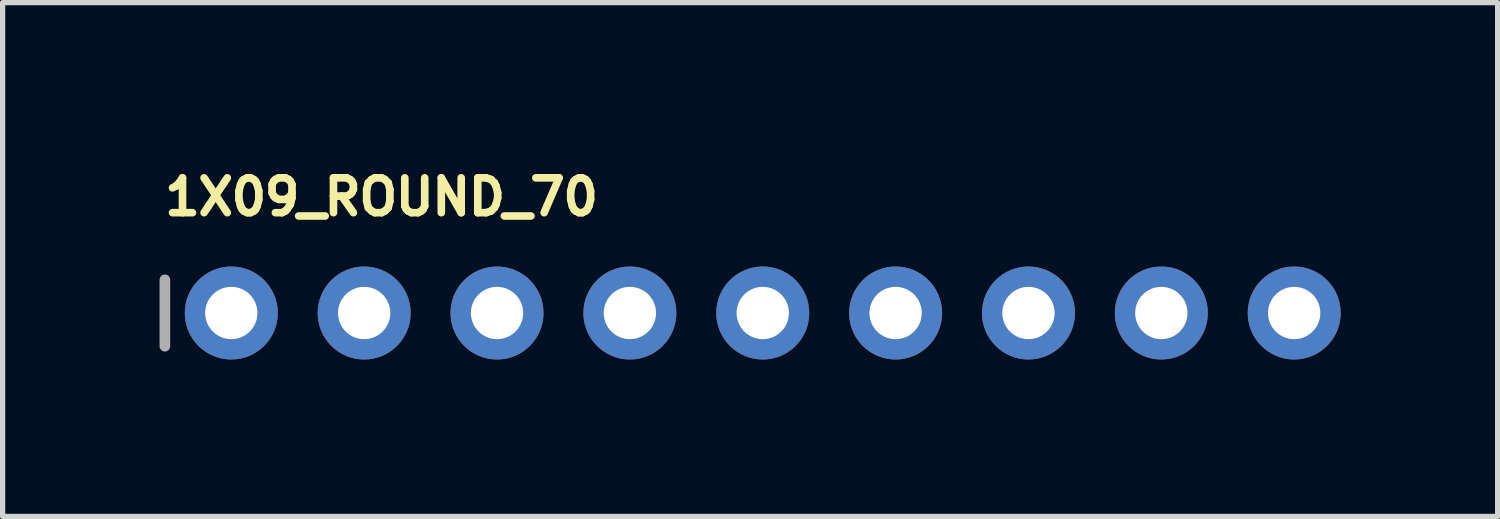
<source format=kicad_pcb>
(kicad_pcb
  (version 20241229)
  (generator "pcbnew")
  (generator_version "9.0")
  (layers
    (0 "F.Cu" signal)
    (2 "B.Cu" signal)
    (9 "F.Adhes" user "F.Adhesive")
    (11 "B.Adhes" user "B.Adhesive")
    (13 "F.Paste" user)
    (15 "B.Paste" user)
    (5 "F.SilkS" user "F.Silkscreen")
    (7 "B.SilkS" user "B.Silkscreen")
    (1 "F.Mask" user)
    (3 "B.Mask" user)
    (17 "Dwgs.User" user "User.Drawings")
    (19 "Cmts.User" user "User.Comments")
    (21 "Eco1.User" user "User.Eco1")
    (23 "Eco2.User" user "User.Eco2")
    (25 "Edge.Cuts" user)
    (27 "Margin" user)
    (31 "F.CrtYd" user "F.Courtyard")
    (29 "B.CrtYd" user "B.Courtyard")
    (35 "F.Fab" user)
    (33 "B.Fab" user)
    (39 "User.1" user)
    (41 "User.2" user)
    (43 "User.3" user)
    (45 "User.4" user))
  (footprint "1X09_ROUND_70"
    (layer "F.Cu")
    (at 11.532 2.934)
    (property "Reference" "1X09_ROUND_70" (at -11.506 -1.829 0) (layer "F.SilkS") (effects (font (size 0.666 0.666) (thickness 0.146)) (justify left bottom)))
    (fp_line (start -11.43 -0.635) (end -11.43 0.635) (stroke (width 0.203) (type solid)) (layer "F.Fab"))
    (fp_poly (pts (xy -10.414 0.254) (xy -9.906 0.254) (xy -9.906 -0.254) (xy -10.414 -0.254)) (stroke (width 0.1) (type solid)) (fill no) (layer "F.Fab"))
    (fp_poly (pts (xy -7.874 0.254) (xy -7.366 0.254) (xy -7.366 -0.254) (xy -7.874 -0.254)) (stroke (width 0.1) (type solid)) (fill no) (layer "F.Fab"))
    (fp_poly (pts (xy -5.334 0.254) (xy -4.826 0.254) (xy -4.826 -0.254) (xy -5.334 -0.254)) (stroke (width 0.1) (type solid)) (fill no) (layer "F.Fab"))
    (fp_poly (pts (xy -2.794 0.254) (xy -2.286 0.254) (xy -2.286 -0.254) (xy -2.794 -0.254)) (stroke (width 0.1) (type solid)) (fill no) (layer "F.Fab"))
    (fp_poly (pts (xy -0.254 0.254) (xy 0.254 0.254) (xy 0.254 -0.254) (xy -0.254 -0.254)) (stroke (width 0.1) (type solid)) (fill no) (layer "F.Fab"))
    (fp_poly (pts (xy 2.286 0.254) (xy 2.794 0.254) (xy 2.794 -0.254) (xy 2.286 -0.254)) (stroke (width 0.1) (type solid)) (fill no) (layer "F.Fab"))
    (fp_poly (pts (xy 4.826 0.254) (xy 5.334 0.254) (xy 5.334 -0.254) (xy 4.826 -0.254)) (stroke (width 0.1) (type solid)) (fill no) (layer "F.Fab"))
    (fp_poly (pts (xy 7.366 0.254) (xy 7.874 0.254) (xy 7.874 -0.254) (xy 7.366 -0.254)) (stroke (width 0.1) (type solid)) (fill no) (layer "F.Fab"))
    (fp_poly (pts (xy 9.906 0.254) (xy 10.414 0.254) (xy 10.414 -0.254) (xy 9.906 -0.254)) (stroke (width 0.1) (type solid)) (fill no) (layer "F.Fab"))
    (pad "1" thru_hole circle (at -10.16 0 90) (size 1.778 1.778) (drill 1) (layers "*.Cu" "*.Mask"))
    (pad "2" thru_hole circle (at -7.62 0 90) (size 1.778 1.778) (drill 1) (layers "*.Cu" "*.Mask"))
    (pad "3" thru_hole circle (at -5.08 0 90) (size 1.778 1.778) (drill 1) (layers "*.Cu" "*.Mask"))
    (pad "4" thru_hole circle (at -2.54 0 90) (size 1.778 1.778) (drill 1) (layers "*.Cu" "*.Mask"))
    (pad "5" thru_hole circle (at 0 0 90) (size 1.778 1.778) (drill 1) (layers "*.Cu" "*.Mask"))
    (pad "6" thru_hole circle (at 2.54 0 90) (size 1.778 1.778) (drill 1) (layers "*.Cu" "*.Mask"))
    (pad "7" thru_hole circle (at 5.08 0 90) (size 1.778 1.778) (drill 1) (layers "*.Cu" "*.Mask"))
    (pad "8" thru_hole circle (at 7.62 0 90) (size 1.778 1.778) (drill 1) (layers "*.Cu" "*.Mask"))
    (pad "9" thru_hole circle (at 10.16 0 90) (size 1.778 1.778) (drill 1) (layers "*.Cu" "*.Mask")))
  (gr_rect
    (start -3 -3)
    (end 25.581 6.823)
    (stroke (width 0.1) (type default))
    (fill no)
    (layer "Edge.Cuts")))
</source>
